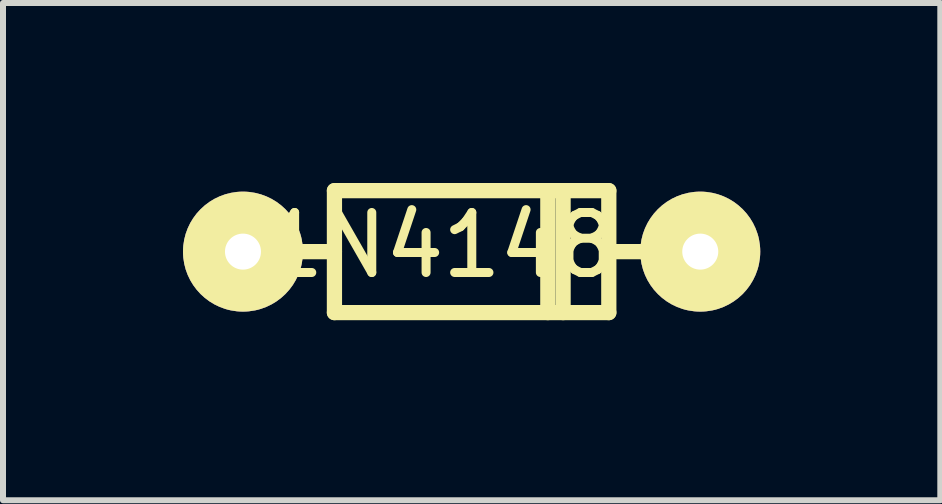
<source format=kicad_pcb>
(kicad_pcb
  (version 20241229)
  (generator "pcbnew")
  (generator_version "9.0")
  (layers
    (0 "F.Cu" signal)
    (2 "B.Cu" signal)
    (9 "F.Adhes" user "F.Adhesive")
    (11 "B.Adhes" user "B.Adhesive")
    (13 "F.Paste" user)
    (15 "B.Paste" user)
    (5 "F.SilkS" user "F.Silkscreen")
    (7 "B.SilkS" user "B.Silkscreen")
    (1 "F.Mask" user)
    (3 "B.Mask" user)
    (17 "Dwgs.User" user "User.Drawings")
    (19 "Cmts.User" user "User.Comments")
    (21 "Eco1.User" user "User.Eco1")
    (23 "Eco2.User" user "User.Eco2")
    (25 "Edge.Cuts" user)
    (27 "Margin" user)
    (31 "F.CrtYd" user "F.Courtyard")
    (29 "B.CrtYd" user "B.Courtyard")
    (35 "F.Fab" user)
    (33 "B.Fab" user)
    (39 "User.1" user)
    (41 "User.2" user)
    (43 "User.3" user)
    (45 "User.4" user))
  (footprint "1N4148"
    (layer "F.Cu")
    (at 3.539 1.143)
    (property "Reference" "1N4148" (at 0.749 -0.107 0) (layer "F.SilkS") (effects (font (size 1 1) (thickness 0.15))))
    (attr through_hole)
    (fp_line (start -1.016 -1.016) (end 3.556 -1.016) (stroke (width 0.254) (type solid)) (layer "F.SilkS"))
    (fp_line (start -1.016 0) (end -2.54 0) (stroke (width 0.254) (type solid)) (layer "F.SilkS"))
    (fp_line (start -1.016 1.016) (end -1.016 -1.016) (stroke (width 0.254) (type solid)) (layer "F.SilkS"))
    (fp_line (start 2.54 -1.016) (end 2.54 1.016) (stroke (width 0.254) (type solid)) (layer "F.SilkS"))
    (fp_line (start 2.794 1.016) (end 2.794 -1.016) (stroke (width 0.254) (type solid)) (layer "F.SilkS"))
    (fp_line (start 3.556 -1.016) (end 3.556 1.016) (stroke (width 0.254) (type solid)) (layer "F.SilkS"))
    (fp_line (start 3.556 1.016) (end -1.016 1.016) (stroke (width 0.254) (type solid)) (layer "F.SilkS"))
    (fp_line (start 5.08 0) (end 3.556 0) (stroke (width 0.254) (type solid)) (layer "F.SilkS"))
    (pad "1" thru_hole circle (at -2.54 0) (size 1.999 1.999) (drill 0.6) (layers "B.Cu" "F.SilkS"))
    (pad "2" thru_hole circle (at 5.08 0) (size 1.999 1.999) (drill 0.6) (layers "B.Cu" "F.SilkS")))
  (gr_rect
    (start -3 -3)
    (end 12.619 5.286)
    (stroke (width 0.1) (type default))
    (fill no)
    (layer "Edge.Cuts")))
</source>
